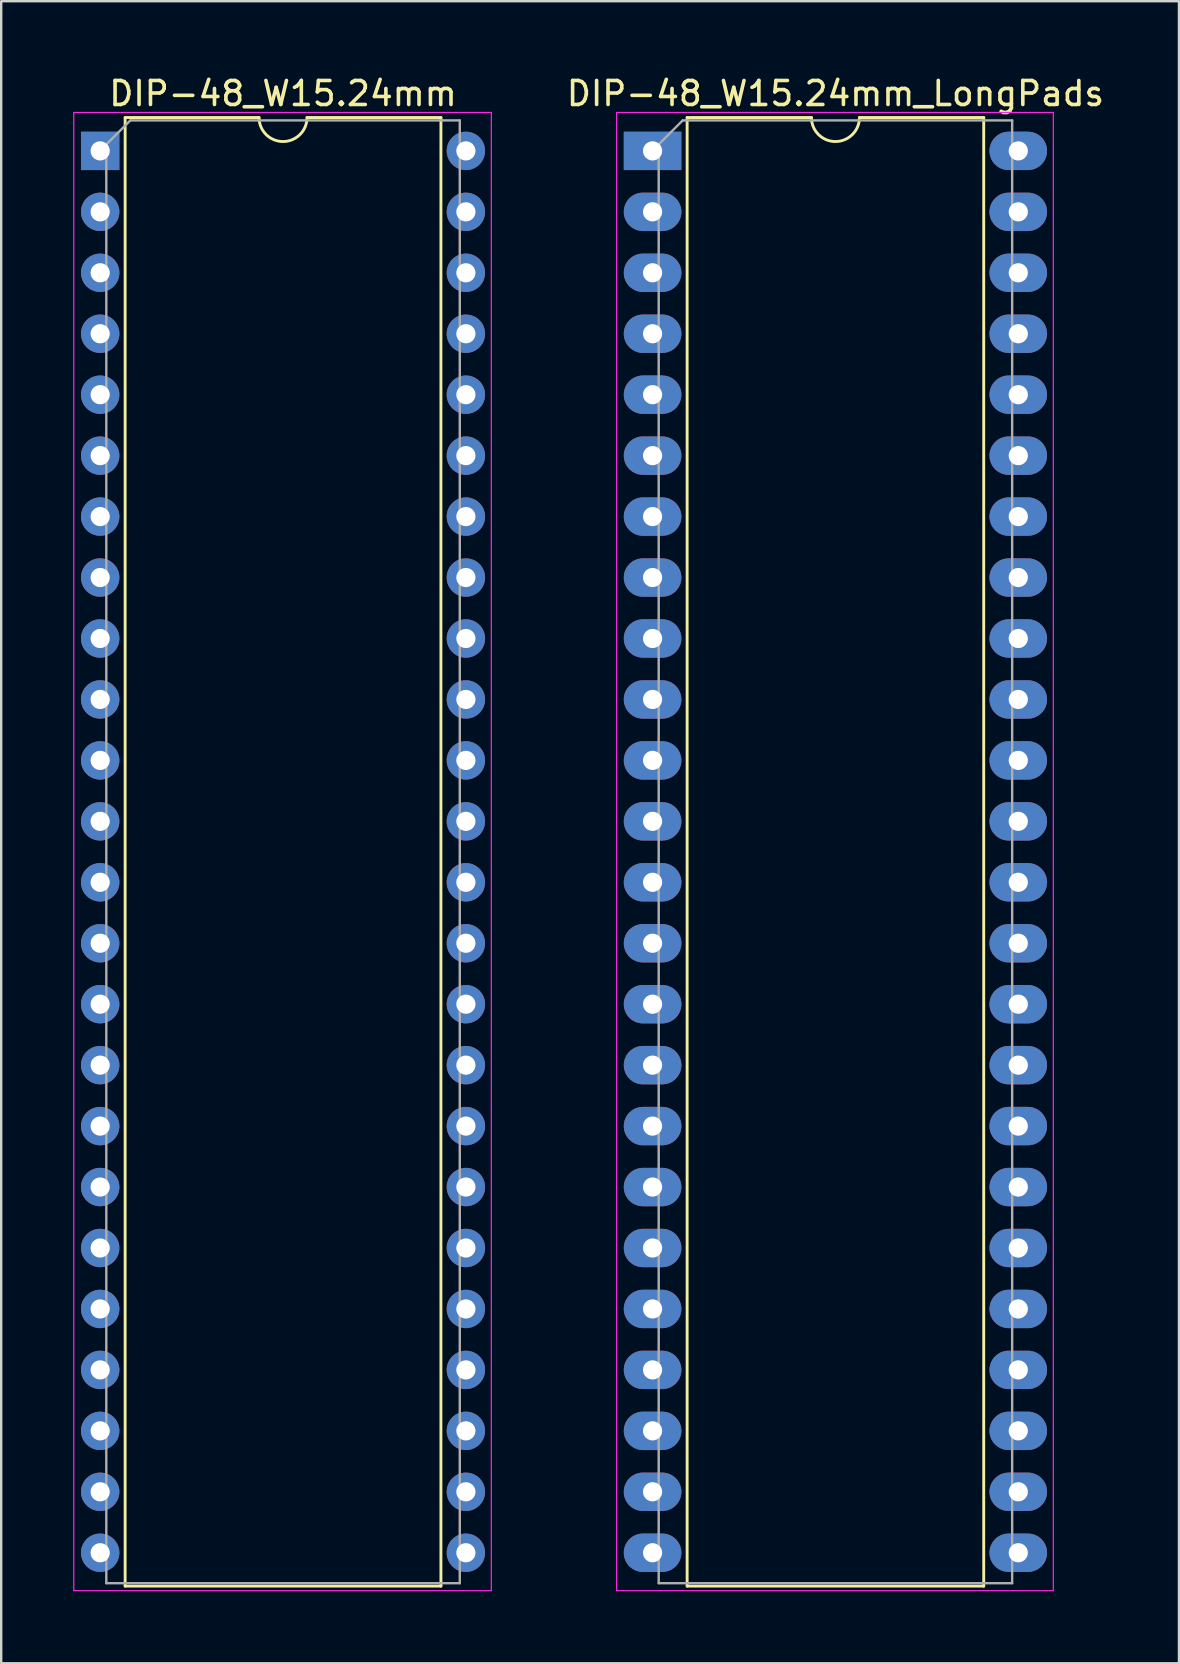
<source format=kicad_pcb>
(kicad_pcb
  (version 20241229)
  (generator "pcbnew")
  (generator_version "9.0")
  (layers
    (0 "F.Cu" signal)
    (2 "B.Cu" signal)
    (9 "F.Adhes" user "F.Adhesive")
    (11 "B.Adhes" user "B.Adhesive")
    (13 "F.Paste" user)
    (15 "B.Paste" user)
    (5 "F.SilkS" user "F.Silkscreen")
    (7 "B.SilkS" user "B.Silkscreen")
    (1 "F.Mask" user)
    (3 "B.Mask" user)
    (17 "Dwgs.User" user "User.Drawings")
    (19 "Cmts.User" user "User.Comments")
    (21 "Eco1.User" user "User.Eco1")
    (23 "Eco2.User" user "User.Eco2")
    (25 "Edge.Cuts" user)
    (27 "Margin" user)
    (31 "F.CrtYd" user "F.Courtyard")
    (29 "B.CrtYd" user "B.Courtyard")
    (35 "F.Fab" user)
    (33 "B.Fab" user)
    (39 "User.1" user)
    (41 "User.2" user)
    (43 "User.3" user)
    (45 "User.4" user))
  (footprint "DIP-48_W15.24mm_LongPads"
    (layer "F.Cu")
    (at 24.145 3.238)
    (property "Reference" "DIP-48_W15.24mm_LongPads" (at 7.62 -2.39 0) (layer "F.SilkS") (effects (font (size 1 1) (thickness 0.15))))
    (attr through_hole)
    (fp_line (start 1.44 -1.39) (end 1.44 59.81) (stroke (width 0.12) (type solid)) (layer "F.SilkS"))
    (fp_line (start 1.44 59.81) (end 13.8 59.81) (stroke (width 0.12) (type solid)) (layer "F.SilkS"))
    (fp_line (start 6.62 -1.39) (end 1.44 -1.39) (stroke (width 0.12) (type solid)) (layer "F.SilkS"))
    (fp_line (start 13.8 -1.39) (end 8.62 -1.39) (stroke (width 0.12) (type solid)) (layer "F.SilkS"))
    (fp_line (start 13.8 59.81) (end 13.8 -1.39) (stroke (width 0.12) (type solid)) (layer "F.SilkS"))
    (fp_arc (start 8.62 -1.39) (mid 7.62 -0.39) (end 6.62 -1.39) (stroke (width 0.12) (type solid)) (layer "F.SilkS"))
    (fp_line (start -1.5 -1.6) (end -1.5 60) (stroke (width 0.05) (type solid)) (layer "F.CrtYd"))
    (fp_line (start -1.5 60) (end 16.7 60) (stroke (width 0.05) (type solid)) (layer "F.CrtYd"))
    (fp_line (start 16.7 -1.6) (end -1.5 -1.6) (stroke (width 0.05) (type solid)) (layer "F.CrtYd"))
    (fp_line (start 16.7 60) (end 16.7 -1.6) (stroke (width 0.05) (type solid)) (layer "F.CrtYd"))
    (fp_line (start 0.255 -0.27) (end 1.255 -1.27) (stroke (width 0.1) (type solid)) (layer "F.Fab"))
    (fp_line (start 0.255 59.69) (end 0.255 -0.27) (stroke (width 0.1) (type solid)) (layer "F.Fab"))
    (fp_line (start 1.255 -1.27) (end 14.985 -1.27) (stroke (width 0.1) (type solid)) (layer "F.Fab"))
    (fp_line (start 14.985 -1.27) (end 14.985 59.69) (stroke (width 0.1) (type solid)) (layer "F.Fab"))
    (fp_line (start 14.985 59.69) (end 0.255 59.69) (stroke (width 0.1) (type solid)) (layer "F.Fab"))
    (pad "1" thru_hole rect (at 0 0) (size 2.4 1.6) (drill 0.8) (layers "*.Cu" "*.Mask"))
    (pad "2" thru_hole oval (at 0 2.54) (size 2.4 1.6) (drill 0.8) (layers "*.Cu" "*.Mask"))
    (pad "3" thru_hole oval (at 0 5.08) (size 2.4 1.6) (drill 0.8) (layers "*.Cu" "*.Mask"))
    (pad "4" thru_hole oval (at 0 7.62) (size 2.4 1.6) (drill 0.8) (layers "*.Cu" "*.Mask"))
    (pad "5" thru_hole oval (at 0 10.16) (size 2.4 1.6) (drill 0.8) (layers "*.Cu" "*.Mask"))
    (pad "6" thru_hole oval (at 0 12.7) (size 2.4 1.6) (drill 0.8) (layers "*.Cu" "*.Mask"))
    (pad "7" thru_hole oval (at 0 15.24) (size 2.4 1.6) (drill 0.8) (layers "*.Cu" "*.Mask"))
    (pad "8" thru_hole oval (at 0 17.78) (size 2.4 1.6) (drill 0.8) (layers "*.Cu" "*.Mask"))
    (pad "9" thru_hole oval (at 0 20.32) (size 2.4 1.6) (drill 0.8) (layers "*.Cu" "*.Mask"))
    (pad "10" thru_hole oval (at 0 22.86) (size 2.4 1.6) (drill 0.8) (layers "*.Cu" "*.Mask"))
    (pad "11" thru_hole oval (at 0 25.4) (size 2.4 1.6) (drill 0.8) (layers "*.Cu" "*.Mask"))
    (pad "12" thru_hole oval (at 0 27.94) (size 2.4 1.6) (drill 0.8) (layers "*.Cu" "*.Mask"))
    (pad "13" thru_hole oval (at 0 30.48) (size 2.4 1.6) (drill 0.8) (layers "*.Cu" "*.Mask"))
    (pad "14" thru_hole oval (at 0 33.02) (size 2.4 1.6) (drill 0.8) (layers "*.Cu" "*.Mask"))
    (pad "15" thru_hole oval (at 0 35.56) (size 2.4 1.6) (drill 0.8) (layers "*.Cu" "*.Mask"))
    (pad "16" thru_hole oval (at 0 38.1) (size 2.4 1.6) (drill 0.8) (layers "*.Cu" "*.Mask"))
    (pad "17" thru_hole oval (at 0 40.64) (size 2.4 1.6) (drill 0.8) (layers "*.Cu" "*.Mask"))
    (pad "18" thru_hole oval (at 0 43.18) (size 2.4 1.6) (drill 0.8) (layers "*.Cu" "*.Mask"))
    (pad "19" thru_hole oval (at 0 45.72) (size 2.4 1.6) (drill 0.8) (layers "*.Cu" "*.Mask"))
    (pad "20" thru_hole oval (at 0 48.26) (size 2.4 1.6) (drill 0.8) (layers "*.Cu" "*.Mask"))
    (pad "21" thru_hole oval (at 0 50.8) (size 2.4 1.6) (drill 0.8) (layers "*.Cu" "*.Mask"))
    (pad "22" thru_hole oval (at 0 53.34) (size 2.4 1.6) (drill 0.8) (layers "*.Cu" "*.Mask"))
    (pad "23" thru_hole oval (at 0 55.88) (size 2.4 1.6) (drill 0.8) (layers "*.Cu" "*.Mask"))
    (pad "24" thru_hole oval (at 0 58.42) (size 2.4 1.6) (drill 0.8) (layers "*.Cu" "*.Mask"))
    (pad "25" thru_hole oval (at 15.24 58.42) (size 2.4 1.6) (drill 0.8) (layers "*.Cu" "*.Mask"))
    (pad "26" thru_hole oval (at 15.24 55.88) (size 2.4 1.6) (drill 0.8) (layers "*.Cu" "*.Mask"))
    (pad "27" thru_hole oval (at 15.24 53.34) (size 2.4 1.6) (drill 0.8) (layers "*.Cu" "*.Mask"))
    (pad "28" thru_hole oval (at 15.24 50.8) (size 2.4 1.6) (drill 0.8) (layers "*.Cu" "*.Mask"))
    (pad "29" thru_hole oval (at 15.24 48.26) (size 2.4 1.6) (drill 0.8) (layers "*.Cu" "*.Mask"))
    (pad "30" thru_hole oval (at 15.24 45.72) (size 2.4 1.6) (drill 0.8) (layers "*.Cu" "*.Mask"))
    (pad "31" thru_hole oval (at 15.24 43.18) (size 2.4 1.6) (drill 0.8) (layers "*.Cu" "*.Mask"))
    (pad "32" thru_hole oval (at 15.24 40.64) (size 2.4 1.6) (drill 0.8) (layers "*.Cu" "*.Mask"))
    (pad "33" thru_hole oval (at 15.24 38.1) (size 2.4 1.6) (drill 0.8) (layers "*.Cu" "*.Mask"))
    (pad "34" thru_hole oval (at 15.24 35.56) (size 2.4 1.6) (drill 0.8) (layers "*.Cu" "*.Mask"))
    (pad "35" thru_hole oval (at 15.24 33.02) (size 2.4 1.6) (drill 0.8) (layers "*.Cu" "*.Mask"))
    (pad "36" thru_hole oval (at 15.24 30.48) (size 2.4 1.6) (drill 0.8) (layers "*.Cu" "*.Mask"))
    (pad "37" thru_hole oval (at 15.24 27.94) (size 2.4 1.6) (drill 0.8) (layers "*.Cu" "*.Mask"))
    (pad "38" thru_hole oval (at 15.24 25.4) (size 2.4 1.6) (drill 0.8) (layers "*.Cu" "*.Mask"))
    (pad "39" thru_hole oval (at 15.24 22.86) (size 2.4 1.6) (drill 0.8) (layers "*.Cu" "*.Mask"))
    (pad "40" thru_hole oval (at 15.24 20.32) (size 2.4 1.6) (drill 0.8) (layers "*.Cu" "*.Mask"))
    (pad "41" thru_hole oval (at 15.24 17.78) (size 2.4 1.6) (drill 0.8) (layers "*.Cu" "*.Mask"))
    (pad "42" thru_hole oval (at 15.24 15.24) (size 2.4 1.6) (drill 0.8) (layers "*.Cu" "*.Mask"))
    (pad "43" thru_hole oval (at 15.24 12.7) (size 2.4 1.6) (drill 0.8) (layers "*.Cu" "*.Mask"))
    (pad "44" thru_hole oval (at 15.24 10.16) (size 2.4 1.6) (drill 0.8) (layers "*.Cu" "*.Mask"))
    (pad "45" thru_hole oval (at 15.24 7.62) (size 2.4 1.6) (drill 0.8) (layers "*.Cu" "*.Mask"))
    (pad "46" thru_hole oval (at 15.24 5.08) (size 2.4 1.6) (drill 0.8) (layers "*.Cu" "*.Mask"))
    (pad "47" thru_hole oval (at 15.24 2.54) (size 2.4 1.6) (drill 0.8) (layers "*.Cu" "*.Mask"))
    (pad "48" thru_hole oval (at 15.24 0) (size 2.4 1.6) (drill 0.8) (layers "*.Cu" "*.Mask")))
  (footprint "DIP-48_W15.24mm"
    (layer "F.Cu")
    (at 1.125 3.238)
    (property "Reference" "DIP-48_W15.24mm" (at 7.62 -2.39 0) (layer "F.SilkS") (effects (font (size 1 1) (thickness 0.15))))
    (attr through_hole)
    (fp_line (start 1.04 -1.39) (end 1.04 59.81) (stroke (width 0.12) (type solid)) (layer "F.SilkS"))
    (fp_line (start 1.04 59.81) (end 14.2 59.81) (stroke (width 0.12) (type solid)) (layer "F.SilkS"))
    (fp_line (start 6.62 -1.39) (end 1.04 -1.39) (stroke (width 0.12) (type solid)) (layer "F.SilkS"))
    (fp_line (start 14.2 -1.39) (end 8.62 -1.39) (stroke (width 0.12) (type solid)) (layer "F.SilkS"))
    (fp_line (start 14.2 59.81) (end 14.2 -1.39) (stroke (width 0.12) (type solid)) (layer "F.SilkS"))
    (fp_arc (start 8.62 -1.39) (mid 7.62 -0.39) (end 6.62 -1.39) (stroke (width 0.12) (type solid)) (layer "F.SilkS"))
    (fp_line (start -1.1 -1.6) (end -1.1 60) (stroke (width 0.05) (type solid)) (layer "F.CrtYd"))
    (fp_line (start -1.1 60) (end 16.3 60) (stroke (width 0.05) (type solid)) (layer "F.CrtYd"))
    (fp_line (start 16.3 -1.6) (end -1.1 -1.6) (stroke (width 0.05) (type solid)) (layer "F.CrtYd"))
    (fp_line (start 16.3 60) (end 16.3 -1.6) (stroke (width 0.05) (type solid)) (layer "F.CrtYd"))
    (fp_line (start 0.255 -0.27) (end 1.255 -1.27) (stroke (width 0.1) (type solid)) (layer "F.Fab"))
    (fp_line (start 0.255 59.69) (end 0.255 -0.27) (stroke (width 0.1) (type solid)) (layer "F.Fab"))
    (fp_line (start 1.255 -1.27) (end 14.985 -1.27) (stroke (width 0.1) (type solid)) (layer "F.Fab"))
    (fp_line (start 14.985 -1.27) (end 14.985 59.69) (stroke (width 0.1) (type solid)) (layer "F.Fab"))
    (fp_line (start 14.985 59.69) (end 0.255 59.69) (stroke (width 0.1) (type solid)) (layer "F.Fab"))
    (pad "1" thru_hole rect (at 0 0) (size 1.6 1.6) (drill 0.8) (layers "*.Cu" "*.Mask"))
    (pad "2" thru_hole oval (at 0 2.54) (size 1.6 1.6) (drill 0.8) (layers "*.Cu" "*.Mask"))
    (pad "3" thru_hole oval (at 0 5.08) (size 1.6 1.6) (drill 0.8) (layers "*.Cu" "*.Mask"))
    (pad "4" thru_hole oval (at 0 7.62) (size 1.6 1.6) (drill 0.8) (layers "*.Cu" "*.Mask"))
    (pad "5" thru_hole oval (at 0 10.16) (size 1.6 1.6) (drill 0.8) (layers "*.Cu" "*.Mask"))
    (pad "6" thru_hole oval (at 0 12.7) (size 1.6 1.6) (drill 0.8) (layers "*.Cu" "*.Mask"))
    (pad "7" thru_hole oval (at 0 15.24) (size 1.6 1.6) (drill 0.8) (layers "*.Cu" "*.Mask"))
    (pad "8" thru_hole oval (at 0 17.78) (size 1.6 1.6) (drill 0.8) (layers "*.Cu" "*.Mask"))
    (pad "9" thru_hole oval (at 0 20.32) (size 1.6 1.6) (drill 0.8) (layers "*.Cu" "*.Mask"))
    (pad "10" thru_hole oval (at 0 22.86) (size 1.6 1.6) (drill 0.8) (layers "*.Cu" "*.Mask"))
    (pad "11" thru_hole oval (at 0 25.4) (size 1.6 1.6) (drill 0.8) (layers "*.Cu" "*.Mask"))
    (pad "12" thru_hole oval (at 0 27.94) (size 1.6 1.6) (drill 0.8) (layers "*.Cu" "*.Mask"))
    (pad "13" thru_hole oval (at 0 30.48) (size 1.6 1.6) (drill 0.8) (layers "*.Cu" "*.Mask"))
    (pad "14" thru_hole oval (at 0 33.02) (size 1.6 1.6) (drill 0.8) (layers "*.Cu" "*.Mask"))
    (pad "15" thru_hole oval (at 0 35.56) (size 1.6 1.6) (drill 0.8) (layers "*.Cu" "*.Mask"))
    (pad "16" thru_hole oval (at 0 38.1) (size 1.6 1.6) (drill 0.8) (layers "*.Cu" "*.Mask"))
    (pad "17" thru_hole oval (at 0 40.64) (size 1.6 1.6) (drill 0.8) (layers "*.Cu" "*.Mask"))
    (pad "18" thru_hole oval (at 0 43.18) (size 1.6 1.6) (drill 0.8) (layers "*.Cu" "*.Mask"))
    (pad "19" thru_hole oval (at 0 45.72) (size 1.6 1.6) (drill 0.8) (layers "*.Cu" "*.Mask"))
    (pad "20" thru_hole oval (at 0 48.26) (size 1.6 1.6) (drill 0.8) (layers "*.Cu" "*.Mask"))
    (pad "21" thru_hole oval (at 0 50.8) (size 1.6 1.6) (drill 0.8) (layers "*.Cu" "*.Mask"))
    (pad "22" thru_hole oval (at 0 53.34) (size 1.6 1.6) (drill 0.8) (layers "*.Cu" "*.Mask"))
    (pad "23" thru_hole oval (at 0 55.88) (size 1.6 1.6) (drill 0.8) (layers "*.Cu" "*.Mask"))
    (pad "24" thru_hole oval (at 0 58.42) (size 1.6 1.6) (drill 0.8) (layers "*.Cu" "*.Mask"))
    (pad "25" thru_hole oval (at 15.24 58.42) (size 1.6 1.6) (drill 0.8) (layers "*.Cu" "*.Mask"))
    (pad "26" thru_hole oval (at 15.24 55.88) (size 1.6 1.6) (drill 0.8) (layers "*.Cu" "*.Mask"))
    (pad "27" thru_hole oval (at 15.24 53.34) (size 1.6 1.6) (drill 0.8) (layers "*.Cu" "*.Mask"))
    (pad "28" thru_hole oval (at 15.24 50.8) (size 1.6 1.6) (drill 0.8) (layers "*.Cu" "*.Mask"))
    (pad "29" thru_hole oval (at 15.24 48.26) (size 1.6 1.6) (drill 0.8) (layers "*.Cu" "*.Mask"))
    (pad "30" thru_hole oval (at 15.24 45.72) (size 1.6 1.6) (drill 0.8) (layers "*.Cu" "*.Mask"))
    (pad "31" thru_hole oval (at 15.24 43.18) (size 1.6 1.6) (drill 0.8) (layers "*.Cu" "*.Mask"))
    (pad "32" thru_hole oval (at 15.24 40.64) (size 1.6 1.6) (drill 0.8) (layers "*.Cu" "*.Mask"))
    (pad "33" thru_hole oval (at 15.24 38.1) (size 1.6 1.6) (drill 0.8) (layers "*.Cu" "*.Mask"))
    (pad "34" thru_hole oval (at 15.24 35.56) (size 1.6 1.6) (drill 0.8) (layers "*.Cu" "*.Mask"))
    (pad "35" thru_hole oval (at 15.24 33.02) (size 1.6 1.6) (drill 0.8) (layers "*.Cu" "*.Mask"))
    (pad "36" thru_hole oval (at 15.24 30.48) (size 1.6 1.6) (drill 0.8) (layers "*.Cu" "*.Mask"))
    (pad "37" thru_hole oval (at 15.24 27.94) (size 1.6 1.6) (drill 0.8) (layers "*.Cu" "*.Mask"))
    (pad "38" thru_hole oval (at 15.24 25.4) (size 1.6 1.6) (drill 0.8) (layers "*.Cu" "*.Mask"))
    (pad "39" thru_hole oval (at 15.24 22.86) (size 1.6 1.6) (drill 0.8) (layers "*.Cu" "*.Mask"))
    (pad "40" thru_hole oval (at 15.24 20.32) (size 1.6 1.6) (drill 0.8) (layers "*.Cu" "*.Mask"))
    (pad "41" thru_hole oval (at 15.24 17.78) (size 1.6 1.6) (drill 0.8) (layers "*.Cu" "*.Mask"))
    (pad "42" thru_hole oval (at 15.24 15.24) (size 1.6 1.6) (drill 0.8) (layers "*.Cu" "*.Mask"))
    (pad "43" thru_hole oval (at 15.24 12.7) (size 1.6 1.6) (drill 0.8) (layers "*.Cu" "*.Mask"))
    (pad "44" thru_hole oval (at 15.24 10.16) (size 1.6 1.6) (drill 0.8) (layers "*.Cu" "*.Mask"))
    (pad "45" thru_hole oval (at 15.24 7.62) (size 1.6 1.6) (drill 0.8) (layers "*.Cu" "*.Mask"))
    (pad "46" thru_hole oval (at 15.24 5.08) (size 1.6 1.6) (drill 0.8) (layers "*.Cu" "*.Mask"))
    (pad "47" thru_hole oval (at 15.24 2.54) (size 1.6 1.6) (drill 0.8) (layers "*.Cu" "*.Mask"))
    (pad "48" thru_hole oval (at 15.24 0) (size 1.6 1.6) (drill 0.8) (layers "*.Cu" "*.Mask")))
  (gr_rect
    (start -3 -3)
    (end 46.081 66.263)
    (stroke (width 0.1) (type default))
    (fill no)
    (layer "Edge.Cuts")))
</source>
